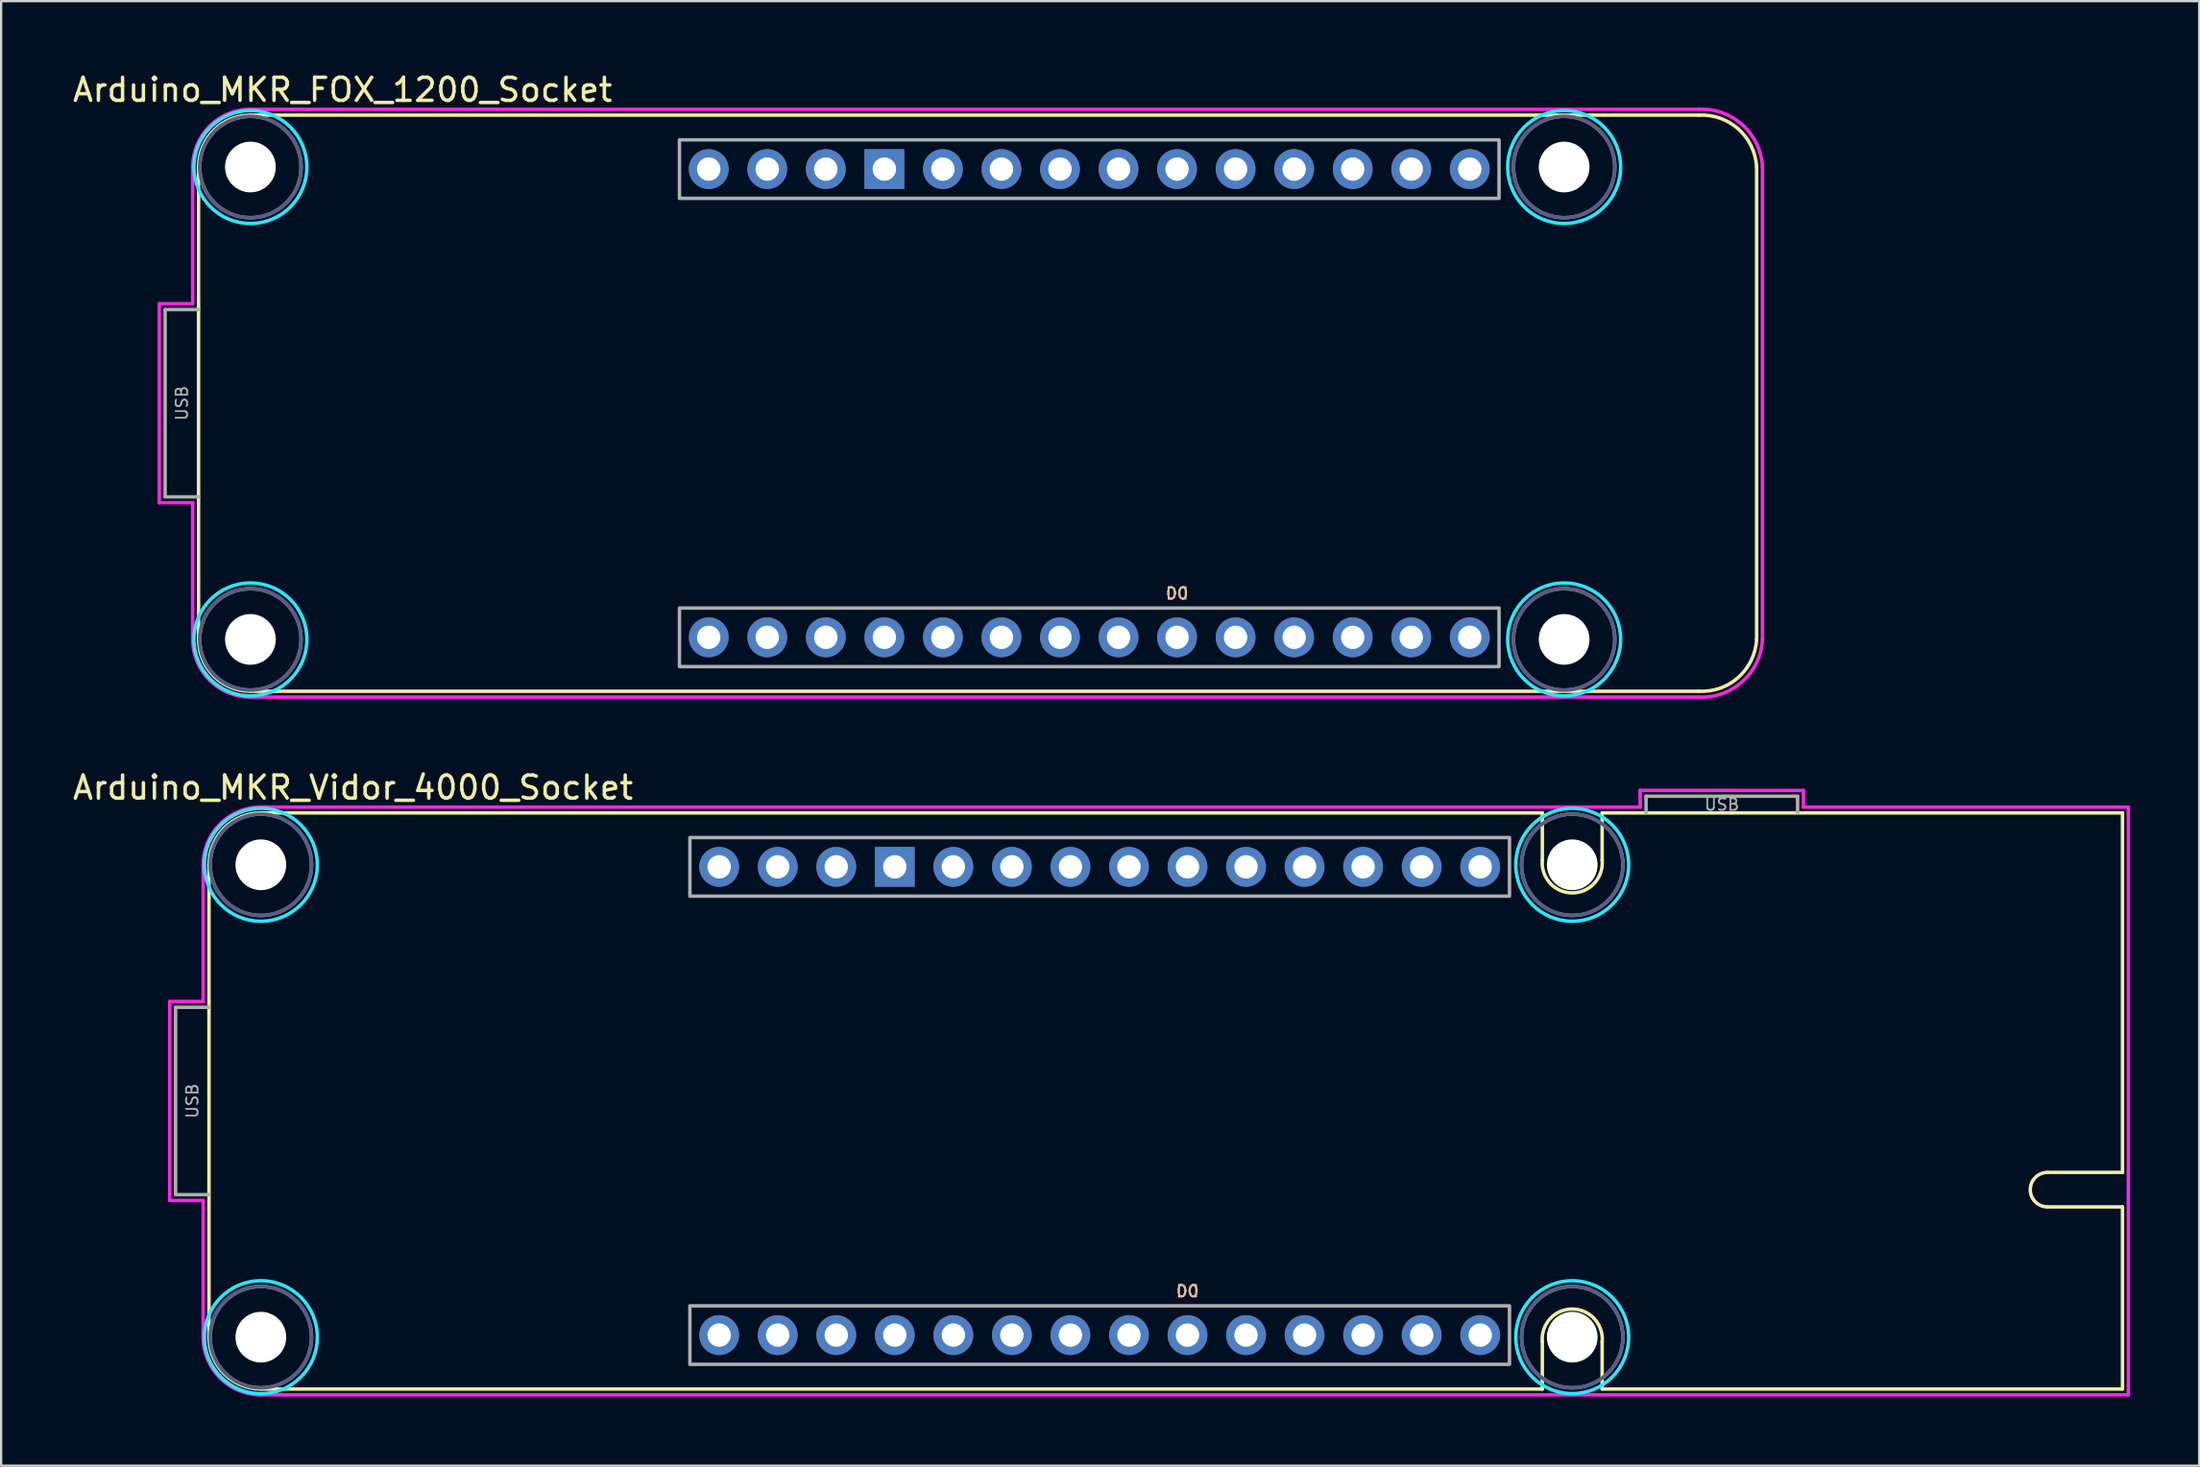
<source format=kicad_pcb>
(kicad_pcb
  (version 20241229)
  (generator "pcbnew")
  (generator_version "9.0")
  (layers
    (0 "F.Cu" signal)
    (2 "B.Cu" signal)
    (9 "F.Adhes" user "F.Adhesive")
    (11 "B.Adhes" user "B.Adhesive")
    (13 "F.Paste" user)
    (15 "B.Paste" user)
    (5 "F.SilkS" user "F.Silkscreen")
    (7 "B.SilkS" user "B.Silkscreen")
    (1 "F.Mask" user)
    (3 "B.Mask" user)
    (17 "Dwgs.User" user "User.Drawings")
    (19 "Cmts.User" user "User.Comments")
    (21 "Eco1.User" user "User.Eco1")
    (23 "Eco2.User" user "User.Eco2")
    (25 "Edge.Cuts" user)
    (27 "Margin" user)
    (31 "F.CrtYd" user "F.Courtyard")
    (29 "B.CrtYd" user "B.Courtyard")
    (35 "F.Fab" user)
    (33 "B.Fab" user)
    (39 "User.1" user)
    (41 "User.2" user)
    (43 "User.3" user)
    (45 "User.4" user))
  (footprint "Arduino_MKR_FOX_1200_Socket"
    (layer "F.Cu")
    (at 7.815 4.198)
    (property "Reference" "Arduino_MKR_FOX_1200_Socket" (at 4 -3.35 0) (unlocked yes) (layer "F.SilkS") (effects (font (size 1 1) (thickness 0.15))))
    (attr through_hole)
    (fp_line (start -2.25 20.5) (end -2.25 0) (stroke (width 0.15) (type solid)) (layer "F.SilkS"))
    (fp_line (start 0 -2.25) (end 62.846 -2.25) (stroke (width 0.15) (type solid)) (layer "F.SilkS"))
    (fp_line (start 0 22.75) (end 62.846 22.75) (stroke (width 0.15) (type solid)) (layer "F.SilkS"))
    (fp_line (start 65.35 20.5) (end 65.35 0) (stroke (width 0.15) (type solid)) (layer "F.SilkS"))
    (fp_arc (start -2.25 0) (mid -1.59099 -1.59099) (end 0 -2.25) (stroke (width 0.15) (type solid)) (layer "F.SilkS"))
    (fp_arc (start 0 22.75) (mid -1.59099 22.09099) (end -2.25 20.5) (stroke (width 0.15) (type solid)) (layer "F.SilkS"))
    (fp_arc (start 62.846 -2.25) (mid 64.56399 -1.643595) (end 65.35 0) (stroke (width 0.15) (type solid)) (layer "F.SilkS"))
    (fp_arc (start 65.35 20.5) (mid 64.56399 22.143595) (end 62.846 22.75) (stroke (width 0.15) (type solid)) (layer "F.SilkS"))
    (fp_circle (center 0 0) (end 2.45 0) (stroke (width 0.15) (type solid)) (fill no) (layer "B.CrtYd"))
    (fp_circle (center 0 20.5) (end 2.45 20.5) (stroke (width 0.15) (type solid)) (fill no) (layer "B.CrtYd"))
    (fp_circle (center 57 0) (end 59.45 0) (stroke (width 0.15) (type solid)) (fill no) (layer "B.CrtYd"))
    (fp_circle (center 57 20.5) (end 59.45 20.5) (stroke (width 0.15) (type solid)) (fill no) (layer "B.CrtYd"))
    (fp_line (start -3.954 5.932) (end -2.504 5.932) (stroke (width 0.15) (type solid)) (layer "F.CrtYd"))
    (fp_line (start -3.954 14.568) (end -3.954 5.932) (stroke (width 0.15) (type solid)) (layer "F.CrtYd"))
    (fp_line (start -2.504 5.932) (end -2.504 0) (stroke (width 0.15) (type solid)) (layer "F.CrtYd"))
    (fp_line (start -2.504 14.568) (end -3.954 14.568) (stroke (width 0.15) (type solid)) (layer "F.CrtYd"))
    (fp_line (start -2.504 20.5) (end -2.504 14.568) (stroke (width 0.15) (type solid)) (layer "F.CrtYd"))
    (fp_line (start 0 -2.504) (end 62.846 -2.504) (stroke (width 0.15) (type solid)) (layer "F.CrtYd"))
    (fp_line (start 62.846 23.004) (end 0 23.004) (stroke (width 0.15) (type solid)) (layer "F.CrtYd"))
    (fp_line (start 65.604 0) (end 65.604 20.5) (stroke (width 0.15) (type solid)) (layer "F.CrtYd"))
    (fp_arc (start -2.504 0) (mid -1.770595 -1.770595) (end 0 -2.504) (stroke (width 0.15) (type solid)) (layer "F.CrtYd"))
    (fp_arc (start 0 23.004) (mid -1.770595 22.270595) (end -2.504 20.5) (stroke (width 0.15) (type solid)) (layer "F.CrtYd"))
    (fp_arc (start 62.846 -2.504) (mid 64.743595 -1.823201) (end 65.604 0) (stroke (width 0.15) (type solid)) (layer "F.CrtYd"))
    (fp_arc (start 65.604 20.5) (mid 64.743595 22.323201) (end 62.846 23.004) (stroke (width 0.15) (type solid)) (layer "F.CrtYd"))
    (fp_circle (center 0 0) (end 2.2 0) (stroke (width 0.15) (type solid)) (fill no) (layer "B.Fab"))
    (fp_circle (center 0 20.5) (end 2.2 20.5) (stroke (width 0.15) (type solid)) (fill no) (layer "B.Fab"))
    (fp_circle (center 57 0) (end 59.2 0) (stroke (width 0.15) (type solid)) (fill no) (layer "B.Fab"))
    (fp_circle (center 57 20.5) (end 59.2 20.5) (stroke (width 0.15) (type solid)) (fill no) (layer "B.Fab"))
    (fp_line (start -3.7 6.186) (end -3.7 14.314) (stroke (width 0.15) (type solid)) (layer "F.Fab"))
    (fp_line (start -3.7 14.314) (end -2.25 14.314) (stroke (width 0.15) (type solid)) (layer "F.Fab"))
    (fp_line (start -2.25 6.186) (end -3.7 6.186) (stroke (width 0.15) (type solid)) (layer "F.Fab"))
    (fp_rect (start 18.615 -1.18) (end 54.175 1.36) (stroke (width 0.15) (type solid)) (fill no) (layer "F.Fab"))
    (fp_rect (start 18.615 19.14) (end 54.175 21.68) (stroke (width 0.15) (type solid)) (fill no) (layer "F.Fab"))
    (fp_circle (center 0 0) (end 2.2 0) (stroke (width 0.15) (type solid)) (fill no) (layer "F.Fab"))
    (fp_circle (center 0 20.5) (end 2.2 20.5) (stroke (width 0.15) (type solid)) (fill no) (layer "F.Fab"))
    (fp_circle (center 57 0) (end 59.2 0) (stroke (width 0.15) (type solid)) (fill no) (layer "F.Fab"))
    (fp_circle (center 57 20.5) (end 59.2 20.5) (stroke (width 0.15) (type solid)) (fill no) (layer "F.Fab"))
    (fp_text user "D0" (at 40.205 18.505 0) (unlocked yes) (layer "F.SilkS") (effects (font (size 0.5 0.5) (thickness 0.075))))
    (fp_text user "D0" (at 40.205 18.505 0) (unlocked yes) (layer "B.SilkS") (effects (font (size 0.5 0.5) (thickness 0.075)) (justify mirror)))
    (fp_text user "USB" (at -2.975 10.25 270) (layer "F.Fab") (effects (font (size 0.5 0.5) (thickness 0.075))))
    (pad "" np_thru_hole circle (at 0 0) (size 2.2 2.2) (drill 2.2) (layers "*.Cu" "*.Mask"))
    (pad "" np_thru_hole circle (at 0 20.5) (size 2.2 2.2) (drill 2.2) (layers "*.Cu" "*.Mask"))
    (pad "" np_thru_hole circle (at 57 0) (size 2.2 2.2) (drill 2.2) (layers "*.Cu" "*.Mask"))
    (pad "" np_thru_hole circle (at 57 20.5) (size 2.2 2.2) (drill 2.2) (layers "*.Cu" "*.Mask"))
    (pad "3V3" thru_hole circle (at 24.965 0.09) (size 1.727 1.727) (drill 1.016) (layers "*.Cu" "*.Mask"))
    (pad "5V" thru_hole circle (at 19.885 0.09) (size 1.727 1.727) (drill 1.016) (layers "*.Cu" "*.Mask"))
    (pad "A0" thru_hole circle (at 22.425 20.41) (size 1.727 1.727) (drill 1.016) (layers "*.Cu" "*.Mask"))
    (pad "A1" thru_hole circle (at 24.965 20.41) (size 1.727 1.727) (drill 1.016) (layers "*.Cu" "*.Mask"))
    (pad "A2" thru_hole circle (at 27.505 20.41) (size 1.727 1.727) (drill 1.016) (layers "*.Cu" "*.Mask"))
    (pad "A3" thru_hole circle (at 30.045 20.41) (size 1.727 1.727) (drill 1.016) (layers "*.Cu" "*.Mask"))
    (pad "A4" thru_hole circle (at 32.585 20.41) (size 1.727 1.727) (drill 1.016) (layers "*.Cu" "*.Mask"))
    (pad "A5" thru_hole circle (at 35.125 20.41) (size 1.727 1.727) (drill 1.016) (layers "*.Cu" "*.Mask"))
    (pad "A6" thru_hole circle (at 37.665 20.41) (size 1.727 1.727) (drill 1.016) (layers "*.Cu" "*.Mask"))
    (pad "AREF" thru_hole circle (at 19.885 20.41) (size 1.727 1.727) (drill 1.016) (layers "*.Cu" "*.Mask"))
    (pad "D0" thru_hole circle (at 40.205 20.41) (size 1.727 1.727) (drill 1.016) (layers "*.Cu" "*.Mask"))
    (pad "D1" thru_hole circle (at 42.745 20.41) (size 1.727 1.727) (drill 1.016) (layers "*.Cu" "*.Mask"))
    (pad "D2" thru_hole circle (at 45.285 20.41) (size 1.727 1.727) (drill 1.016) (layers "*.Cu" "*.Mask"))
    (pad "D3" thru_hole circle (at 47.825 20.41) (size 1.727 1.727) (drill 1.016) (layers "*.Cu" "*.Mask"))
    (pad "D4" thru_hole circle (at 50.365 20.41) (size 1.727 1.727) (drill 1.016) (layers "*.Cu" "*.Mask"))
    (pad "D5" thru_hole circle (at 52.905 20.41) (size 1.727 1.727) (drill 1.016) (layers "*.Cu" "*.Mask"))
    (pad "D6" thru_hole circle (at 52.905 0.09) (size 1.727 1.727) (drill 1.016) (layers "*.Cu" "*.Mask"))
    (pad "D7" thru_hole circle (at 50.365 0.09) (size 1.727 1.727) (drill 1.016) (layers "*.Cu" "*.Mask"))
    (pad "D8" thru_hole circle (at 47.825 0.09) (size 1.727 1.727) (drill 1.016) (layers "*.Cu" "*.Mask"))
    (pad "D9" thru_hole circle (at 45.285 0.09) (size 1.727 1.727) (drill 1.016) (layers "*.Cu" "*.Mask"))
    (pad "D10" thru_hole circle (at 42.745 0.09) (size 1.727 1.727) (drill 1.016) (layers "*.Cu" "*.Mask"))
    (pad "D11" thru_hole circle (at 40.205 0.09) (size 1.727 1.727) (drill 1.016) (layers "*.Cu" "*.Mask"))
    (pad "D12" thru_hole circle (at 37.665 0.09) (size 1.727 1.727) (drill 1.016) (layers "*.Cu" "*.Mask"))
    (pad "D13" thru_hole circle (at 35.125 0.09) (size 1.727 1.727) (drill 1.016) (layers "*.Cu" "*.Mask"))
    (pad "D14" thru_hole circle (at 32.585 0.09) (size 1.727 1.727) (drill 1.016) (layers "*.Cu" "*.Mask"))
    (pad "GND" thru_hole rect (at 27.505 0.09) (size 1.727 1.727) (drill 1.016) (layers "*.Cu" "*.Mask"))
    (pad "RST" thru_hole circle (at 30.045 0.09) (size 1.727 1.727) (drill 1.016) (layers "*.Cu" "*.Mask"))
    (pad "VIN" thru_hole circle (at 22.425 0.09) (size 1.727 1.727) (drill 1.016) (layers "*.Cu" "*.Mask")))
  (footprint "Arduino_MKR_Vidor_4000_Socket"
    (layer "F.Cu")
    (at 8.268 34.479)
    (property "Reference" "Arduino_MKR_Vidor_4000_Socket" (at 4 -3.35 0) (unlocked yes) (layer "F.SilkS") (effects (font (size 1 1) (thickness 0.15))))
    (attr through_hole)
    (fp_line (start -2.25 20.5) (end -2.25 0) (stroke (width 0.15) (type solid)) (layer "F.SilkS"))
    (fp_line (start 0 -2.25) (end 55.6 -2.25) (stroke (width 0.15) (type solid)) (layer "F.SilkS"))
    (fp_line (start 0 22.75) (end 55.6 22.75) (stroke (width 0.15) (type solid)) (layer "F.SilkS"))
    (fp_line (start 55.6 -2.25) (end 55.6 -0.2) (stroke (width 0.15) (type solid)) (layer "F.SilkS"))
    (fp_line (start 55.6 22.75) (end 55.6 20.7) (stroke (width 0.15) (type solid)) (layer "F.SilkS"))
    (fp_line (start 58.195 -2.25) (end 58.195 -0.2) (stroke (width 0.15) (type solid)) (layer "F.SilkS"))
    (fp_line (start 58.195 -2.25) (end 80.772 -2.25) (stroke (width 0.15) (type solid)) (layer "F.SilkS"))
    (fp_line (start 58.195 22.75) (end 58.195 20.7) (stroke (width 0.15) (type solid)) (layer "F.SilkS"))
    (fp_line (start 58.195 22.75) (end 80.772 22.75) (stroke (width 0.15) (type solid)) (layer "F.SilkS"))
    (fp_line (start 80.772 13.35) (end 77.52 13.35) (stroke (width 0.15) (type solid)) (layer "F.SilkS"))
    (fp_line (start 80.772 13.35) (end 80.772 -2.25) (stroke (width 0.15) (type solid)) (layer "F.SilkS"))
    (fp_line (start 80.772 14.847) (end 77.52 14.847) (stroke (width 0.15) (type solid)) (layer "F.SilkS"))
    (fp_line (start 80.772 22.75) (end 80.772 14.847) (stroke (width 0.15) (type solid)) (layer "F.SilkS"))
    (fp_arc (start -2.25 0) (mid -1.59099 -1.59099) (end 0 -2.25) (stroke (width 0.15) (type solid)) (layer "F.SilkS"))
    (fp_arc (start 0 22.75) (mid -1.59099 22.09099) (end -2.25 20.5) (stroke (width 0.15) (type solid)) (layer "F.SilkS"))
    (fp_arc (start 55.6 20.7) (mid 56.8975 19.278359) (end 58.195 20.7) (stroke (width 0.15) (type solid)) (layer "F.SilkS"))
    (fp_arc (start 58.195 -0.2) (mid 56.8975 1.221641) (end 55.6 -0.2) (stroke (width 0.15) (type solid)) (layer "F.SilkS"))
    (fp_arc (start 77.52 14.847) (mid 76.76296 14.0985) (end 77.52 13.35) (stroke (width 0.15) (type solid)) (layer "F.SilkS"))
    (fp_circle (center 0 0) (end 2.45 0) (stroke (width 0.15) (type solid)) (fill no) (layer "B.CrtYd"))
    (fp_circle (center 0 20.5) (end 2.45 20.5) (stroke (width 0.15) (type solid)) (fill no) (layer "B.CrtYd"))
    (fp_circle (center 56.898 0) (end 59.347 0) (stroke (width 0.15) (type solid)) (fill no) (layer "B.CrtYd"))
    (fp_circle (center 56.898 20.5) (end 59.347 20.5) (stroke (width 0.15) (type solid)) (fill no) (layer "B.CrtYd"))
    (fp_line (start -3.954 5.932) (end -2.504 5.932) (stroke (width 0.15) (type solid)) (layer "F.CrtYd"))
    (fp_line (start -3.954 14.568) (end -3.954 5.932) (stroke (width 0.15) (type solid)) (layer "F.CrtYd"))
    (fp_line (start -2.504 5.932) (end -2.504 0) (stroke (width 0.15) (type solid)) (layer "F.CrtYd"))
    (fp_line (start -2.504 14.568) (end -3.954 14.568) (stroke (width 0.15) (type solid)) (layer "F.CrtYd"))
    (fp_line (start -2.504 20.5) (end -2.504 14.568) (stroke (width 0.15) (type solid)) (layer "F.CrtYd"))
    (fp_line (start 0 -2.504) (end 59.846 -2.504) (stroke (width 0.15) (type solid)) (layer "F.CrtYd"))
    (fp_line (start 59.846 -2.504) (end 59.846 -3.229) (stroke (width 0.15) (type solid)) (layer "F.CrtYd"))
    (fp_line (start 66.929 -3.225) (end 59.846 -3.229) (stroke (width 0.15) (type solid)) (layer "F.CrtYd"))
    (fp_line (start 66.929 -2.504) (end 66.929 -3.229) (stroke (width 0.15) (type solid)) (layer "F.CrtYd"))
    (fp_line (start 66.929 -2.504) (end 81.026 -2.504) (stroke (width 0.15) (type solid)) (layer "F.CrtYd"))
    (fp_line (start 81.026 -2.504) (end 81.026 23.004) (stroke (width 0.15) (type solid)) (layer "F.CrtYd"))
    (fp_line (start 81.026 23.004) (end 0 23.004) (stroke (width 0.15) (type solid)) (layer "F.CrtYd"))
    (fp_arc (start -2.504 0) (mid -1.770595 -1.770595) (end 0 -2.504) (stroke (width 0.15) (type solid)) (layer "F.CrtYd"))
    (fp_arc (start 0 23.004) (mid -1.770595 22.270595) (end -2.504 20.5) (stroke (width 0.15) (type solid)) (layer "F.CrtYd"))
    (fp_circle (center 0 0) (end 2.2 0) (stroke (width 0.15) (type solid)) (fill no) (layer "B.Fab"))
    (fp_circle (center 0 20.5) (end 2.2 20.5) (stroke (width 0.15) (type solid)) (fill no) (layer "B.Fab"))
    (fp_circle (center 56.898 0) (end 59.097 0) (stroke (width 0.15) (type solid)) (fill no) (layer "B.Fab"))
    (fp_circle (center 56.898 20.5) (end 59.097 20.5) (stroke (width 0.15) (type solid)) (fill no) (layer "B.Fab"))
    (fp_line (start -3.7 6.186) (end -3.7 14.314) (stroke (width 0.15) (type solid)) (layer "F.Fab"))
    (fp_line (start -3.7 14.314) (end -2.25 14.314) (stroke (width 0.15) (type solid)) (layer "F.Fab"))
    (fp_line (start -2.25 6.186) (end -3.7 6.186) (stroke (width 0.15) (type solid)) (layer "F.Fab"))
    (fp_line (start 60.1 -2.975) (end 66.675 -2.975) (stroke (width 0.15) (type solid)) (layer "F.Fab"))
    (fp_line (start 60.1 -2.25) (end 60.1 -2.975) (stroke (width 0.15) (type solid)) (layer "F.Fab"))
    (fp_line (start 66.675 -2.975) (end 66.675 -2.25) (stroke (width 0.15) (type solid)) (layer "F.Fab"))
    (fp_rect (start 18.615 -1.18) (end 54.175 1.36) (stroke (width 0.15) (type solid)) (fill no) (layer "F.Fab"))
    (fp_rect (start 18.615 19.14) (end 54.175 21.68) (stroke (width 0.15) (type solid)) (fill no) (layer "F.Fab"))
    (fp_circle (center 0 0) (end 2.2 0) (stroke (width 0.15) (type solid)) (fill no) (layer "F.Fab"))
    (fp_circle (center 0 20.5) (end 2.2 20.5) (stroke (width 0.15) (type solid)) (fill no) (layer "F.Fab"))
    (fp_circle (center 56.898 0) (end 59.097 0) (stroke (width 0.15) (type solid)) (fill no) (layer "F.Fab"))
    (fp_circle (center 56.898 20.5) (end 59.097 20.5) (stroke (width 0.15) (type solid)) (fill no) (layer "F.Fab"))
    (fp_text user "D0" (at 40.205 18.505 0) (unlocked yes) (layer "F.SilkS") (effects (font (size 0.5 0.5) (thickness 0.075))))
    (fp_text user "D0" (at 40.205 18.505 0) (unlocked yes) (layer "B.SilkS") (effects (font (size 0.5 0.5) (thickness 0.075)) (justify mirror)))
    (fp_text user "USB" (at -2.975 10.25 270) (layer "F.Fab") (effects (font (size 0.5 0.5) (thickness 0.075))))
    (fp_text user "USB" (at 63.388 -2.612 0) (layer "F.Fab") (effects (font (size 0.5 0.5) (thickness 0.075))))
    (pad "" np_thru_hole circle (at 0 0) (size 2.2 2.2) (drill 2.2) (layers "*.Cu" "*.Mask"))
    (pad "" np_thru_hole circle (at 0 20.5) (size 2.2 2.2) (drill 2.2) (layers "*.Cu" "*.Mask"))
    (pad "" np_thru_hole circle (at 56.898 0) (size 2.2 2.2) (drill 2.2) (layers "*.Cu" "*.Mask"))
    (pad "" np_thru_hole circle (at 56.898 20.5) (size 2.2 2.2) (drill 2.2) (layers "*.Cu" "*.Mask"))
    (pad "3V3" thru_hole circle (at 24.965 0.09) (size 1.727 1.727) (drill 1.016) (layers "*.Cu" "*.Mask"))
    (pad "5V" thru_hole circle (at 19.885 0.09) (size 1.727 1.727) (drill 1.016) (layers "*.Cu" "*.Mask"))
    (pad "A0" thru_hole circle (at 22.425 20.41) (size 1.727 1.727) (drill 1.016) (layers "*.Cu" "*.Mask"))
    (pad "A1" thru_hole circle (at 24.965 20.41) (size 1.727 1.727) (drill 1.016) (layers "*.Cu" "*.Mask"))
    (pad "A2" thru_hole circle (at 27.505 20.41) (size 1.727 1.727) (drill 1.016) (layers "*.Cu" "*.Mask"))
    (pad "A3" thru_hole circle (at 30.045 20.41) (size 1.727 1.727) (drill 1.016) (layers "*.Cu" "*.Mask"))
    (pad "A4" thru_hole circle (at 32.585 20.41) (size 1.727 1.727) (drill 1.016) (layers "*.Cu" "*.Mask"))
    (pad "A5" thru_hole circle (at 35.125 20.41) (size 1.727 1.727) (drill 1.016) (layers "*.Cu" "*.Mask"))
    (pad "A6" thru_hole circle (at 37.665 20.41) (size 1.727 1.727) (drill 1.016) (layers "*.Cu" "*.Mask"))
    (pad "AREF" thru_hole circle (at 19.885 20.41) (size 1.727 1.727) (drill 1.016) (layers "*.Cu" "*.Mask"))
    (pad "D0" thru_hole circle (at 40.205 20.41) (size 1.727 1.727) (drill 1.016) (layers "*.Cu" "*.Mask"))
    (pad "D1" thru_hole circle (at 42.745 20.41) (size 1.727 1.727) (drill 1.016) (layers "*.Cu" "*.Mask"))
    (pad "D2" thru_hole circle (at 45.285 20.41) (size 1.727 1.727) (drill 1.016) (layers "*.Cu" "*.Mask"))
    (pad "D3" thru_hole circle (at 47.825 20.41) (size 1.727 1.727) (drill 1.016) (layers "*.Cu" "*.Mask"))
    (pad "D4" thru_hole circle (at 50.365 20.41) (size 1.727 1.727) (drill 1.016) (layers "*.Cu" "*.Mask"))
    (pad "D5" thru_hole circle (at 52.905 20.41) (size 1.727 1.727) (drill 1.016) (layers "*.Cu" "*.Mask"))
    (pad "D6" thru_hole circle (at 52.905 0.09) (size 1.727 1.727) (drill 1.016) (layers "*.Cu" "*.Mask"))
    (pad "D7" thru_hole circle (at 50.365 0.09) (size 1.727 1.727) (drill 1.016) (layers "*.Cu" "*.Mask"))
    (pad "D8" thru_hole circle (at 47.825 0.09) (size 1.727 1.727) (drill 1.016) (layers "*.Cu" "*.Mask"))
    (pad "D9" thru_hole circle (at 45.285 0.09) (size 1.727 1.727) (drill 1.016) (layers "*.Cu" "*.Mask"))
    (pad "D10" thru_hole circle (at 42.745 0.09) (size 1.727 1.727) (drill 1.016) (layers "*.Cu" "*.Mask"))
    (pad "D11" thru_hole circle (at 40.205 0.09) (size 1.727 1.727) (drill 1.016) (layers "*.Cu" "*.Mask"))
    (pad "D12" thru_hole circle (at 37.665 0.09) (size 1.727 1.727) (drill 1.016) (layers "*.Cu" "*.Mask"))
    (pad "D13" thru_hole circle (at 35.125 0.09) (size 1.727 1.727) (drill 1.016) (layers "*.Cu" "*.Mask"))
    (pad "D14" thru_hole circle (at 32.585 0.09) (size 1.727 1.727) (drill 1.016) (layers "*.Cu" "*.Mask"))
    (pad "GND" thru_hole rect (at 27.505 0.09) (size 1.727 1.727) (drill 1.016) (layers "*.Cu" "*.Mask"))
    (pad "RST" thru_hole circle (at 30.045 0.09) (size 1.727 1.727) (drill 1.016) (layers "*.Cu" "*.Mask"))
    (pad "VIN" thru_hole circle (at 22.425 0.09) (size 1.727 1.727) (drill 1.016) (layers "*.Cu" "*.Mask")))
  (gr_rect
    (start -3 -3)
    (end 92.369 60.558)
    (stroke (width 0.1) (type default))
    (fill no)
    (layer "Edge.Cuts")))
</source>
